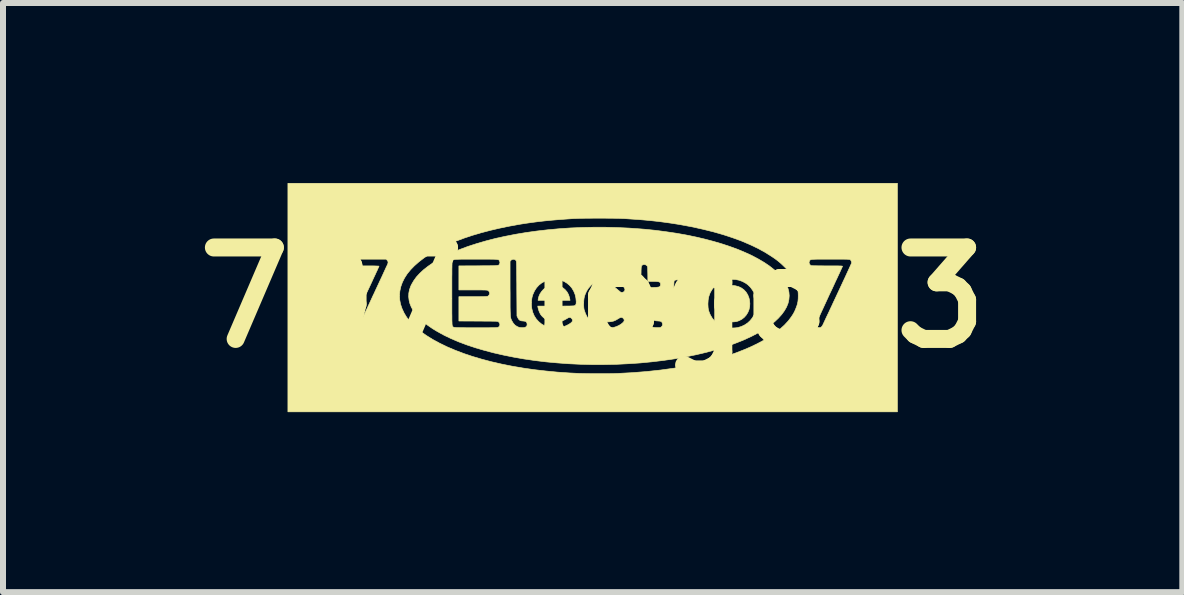
<source format=kicad_pcb>
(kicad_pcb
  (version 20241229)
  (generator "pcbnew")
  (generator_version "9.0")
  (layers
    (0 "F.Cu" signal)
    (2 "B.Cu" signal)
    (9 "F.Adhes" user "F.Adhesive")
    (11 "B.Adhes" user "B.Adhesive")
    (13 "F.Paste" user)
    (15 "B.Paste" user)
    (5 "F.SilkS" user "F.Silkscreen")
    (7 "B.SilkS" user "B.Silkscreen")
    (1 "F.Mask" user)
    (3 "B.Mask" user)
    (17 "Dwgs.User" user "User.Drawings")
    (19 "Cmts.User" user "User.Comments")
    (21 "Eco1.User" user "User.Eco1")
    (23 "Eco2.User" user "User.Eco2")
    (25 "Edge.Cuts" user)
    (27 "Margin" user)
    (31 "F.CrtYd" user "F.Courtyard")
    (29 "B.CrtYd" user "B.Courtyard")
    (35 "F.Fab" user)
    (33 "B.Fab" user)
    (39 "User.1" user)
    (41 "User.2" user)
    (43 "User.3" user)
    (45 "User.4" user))
  (footprint "707 logo 3"
    (layer "F.Cu")
    (at 6.829 1.91)
    (property "Reference" "707 logo 3" (at 0 0 0) (layer "F.SilkS") (effects (font (size 1.524 1.524) (thickness 0.3))))
    (attr through_hole)
    (fp_poly (pts (xy -0.583 -0.198) (xy -0.537 -0.184) (xy -0.495 -0.162) (xy -0.458 -0.131) (xy -0.427 -0.094) (xy -0.403 -0.051) (xy -0.387 -0.003) (xy -0.384 0.01) (xy -0.377 0.046) (xy -0.91 0.046) (xy -0.907 0.022) (xy -0.896 -0.021) (xy -0.877 -0.063) (xy -0.85 -0.103) (xy -0.819 -0.138) (xy -0.784 -0.165) (xy -0.782 -0.167) (xy -0.747 -0.183) (xy -0.707 -0.195) (xy -0.663 -0.201) (xy -0.62 -0.203) (xy -0.583 -0.198)) (stroke (width 0.01) (type solid)) (fill yes) (layer "F.SilkS"))
    (fp_poly (pts (xy 2.356 -0.2) (xy 2.381 -0.196) (xy 2.434 -0.182) (xy 2.481 -0.159) (xy 2.522 -0.129) (xy 2.557 -0.091) (xy 2.585 -0.046) (xy 2.605 0.004) (xy 2.614 0.041) (xy 2.62 0.097) (xy 2.617 0.151) (xy 2.606 0.202) (xy 2.586 0.25) (xy 2.559 0.293) (xy 2.525 0.331) (xy 2.485 0.362) (xy 2.439 0.386) (xy 2.401 0.399) (xy 2.373 0.403) (xy 2.34 0.406) (xy 2.305 0.405) (xy 2.272 0.403) (xy 2.25 0.398) (xy 2.199 0.38) (xy 2.153 0.353) (xy 2.113 0.318) (xy 2.08 0.277) (xy 2.054 0.23) (xy 2.041 0.193) (xy 2.034 0.162) (xy 2.031 0.125) (xy 2.031 0.086) (xy 2.034 0.049) (xy 2.039 0.021) (xy 2.058 -0.031) (xy 2.084 -0.078) (xy 2.117 -0.117) (xy 2.157 -0.15) (xy 2.201 -0.175) (xy 2.25 -0.192) (xy 2.302 -0.201) (xy 2.356 -0.2)) (stroke (width 0.01) (type solid)) (fill yes) (layer "F.SilkS"))
    (fp_poly (pts (xy 5.08 1.905) (xy -5.08 1.905) (xy -5.08 -0.595) (xy -4.117 -0.595) (xy -4.116 -0.573) (xy -4.112 -0.561) (xy -4.103 -0.547) (xy -4.092 -0.536) (xy -4.089 -0.535) (xy -4.084 -0.533) (xy -4.073 -0.532) (xy -4.057 -0.531) (xy -4.034 -0.53) (xy -4.004 -0.529) (xy -3.967 -0.529) (xy -3.921 -0.529) (xy -3.866 -0.528) (xy -3.819 -0.528) (xy -3.759 -0.528) (xy -3.707 -0.528) (xy -3.661 -0.528) (xy -3.624 -0.527) (xy -3.595 -0.526) (xy -3.574 -0.525) (xy -3.563 -0.524) (xy -3.561 -0.523) (xy -3.563 -0.518) (xy -3.569 -0.504) (xy -3.579 -0.483) (xy -3.591 -0.455) (xy -3.607 -0.422) (xy -3.624 -0.384) (xy -3.644 -0.342) (xy -3.665 -0.297) (xy -3.671 -0.283) (xy -3.715 -0.188) (xy -3.756 -0.101) (xy -3.792 -0.023) (xy -3.825 0.048) (xy -3.854 0.111) (xy -3.88 0.167) (xy -3.903 0.216) (xy -3.923 0.259) (xy -3.94 0.297) (xy -3.955 0.329) (xy -3.967 0.356) (xy -3.977 0.379) (xy -3.985 0.397) (xy -3.991 0.413) (xy -3.996 0.424) (xy -3.999 0.433) (xy -4.002 0.44) (xy -4.003 0.445) (xy -4.003 0.448) (xy -4.003 0.448) (xy -3.999 0.47) (xy -3.987 0.487) (xy -3.97 0.498) (xy -3.949 0.502) (xy -3.928 0.498) (xy -3.919 0.493) (xy -3.905 0.48) (xy -3.891 0.459) (xy -3.889 0.454) (xy -3.873 0.422) (xy -3.855 0.384) (xy -3.835 0.34) (xy -3.812 0.292) (xy -3.788 0.24) (xy -3.762 0.185) (xy -3.735 0.127) (xy -3.707 0.067) (xy -3.679 0.006) (xy -3.66 -0.035) (xy -3.22 -0.035) (xy -3.216 0.039) (xy -3.202 0.112) (xy -3.177 0.185) (xy -3.143 0.258) (xy -3.1 0.329) (xy -3.095 0.335) (xy -3.074 0.362) (xy -3.047 0.394) (xy -3.016 0.428) (xy -2.982 0.462) (xy -2.947 0.496) (xy -2.914 0.527) (xy -2.883 0.552) (xy -2.875 0.559) (xy -2.777 0.629) (xy -2.67 0.696) (xy -2.554 0.759) (xy -2.429 0.82) (xy -2.295 0.877) (xy -2.154 0.931) (xy -2.005 0.981) (xy -1.849 1.027) (xy -1.687 1.07) (xy -1.517 1.109) (xy -1.342 1.144) (xy -1.16 1.175) (xy -0.973 1.202) (xy -0.781 1.224) (xy -0.585 1.243) (xy -0.384 1.257) (xy -0.218 1.265) (xy -0.169 1.266) (xy -0.112 1.267) (xy -0.049 1.268) (xy 0.019 1.269) (xy 0.088 1.269) (xy 0.158 1.269) (xy 0.226 1.269) (xy 0.29 1.268) (xy 0.349 1.267) (xy 0.4 1.265) (xy 0.411 1.265) (xy 0.659 1.252) (xy 0.899 1.233) (xy 1.132 1.208) (xy 1.358 1.177) (xy 1.576 1.139) (xy 1.787 1.096) (xy 1.989 1.046) (xy 2.072 1.023) (xy 2.222 0.978) (xy 2.363 0.931) (xy 2.497 0.88) (xy 2.623 0.827) (xy 2.74 0.771) (xy 2.849 0.713) (xy 2.949 0.653) (xy 3.041 0.59) (xy 3.123 0.525) (xy 3.196 0.459) (xy 3.26 0.39) (xy 3.313 0.32) (xy 3.344 0.272) (xy 3.367 0.229) (xy 3.388 0.179) (xy 3.406 0.13) (xy 3.415 0.098) (xy 3.422 0.062) (xy 3.426 0.018) (xy 3.427 -0.028) (xy 3.426 -0.074) (xy 3.422 -0.117) (xy 3.415 -0.154) (xy 3.415 -0.154) (xy 3.393 -0.224) (xy 3.364 -0.291) (xy 3.326 -0.356) (xy 3.28 -0.421) (xy 3.224 -0.485) (xy 3.198 -0.511) (xy 3.16 -0.548) (xy 3.124 -0.581) (xy 3.121 -0.583) (xy 3.607 -0.583) (xy 3.611 -0.567) (xy 3.62 -0.551) (xy 3.633 -0.538) (xy 3.64 -0.533) (xy 3.648 -0.532) (xy 3.666 -0.531) (xy 3.692 -0.53) (xy 3.726 -0.53) (xy 3.768 -0.529) (xy 3.816 -0.529) (xy 3.871 -0.528) (xy 3.91 -0.528) (xy 3.968 -0.528) (xy 4.016 -0.528) (xy 4.056 -0.528) (xy 4.088 -0.528) (xy 4.113 -0.527) (xy 4.132 -0.527) (xy 4.146 -0.526) (xy 4.155 -0.525) (xy 4.161 -0.524) (xy 4.164 -0.522) (xy 4.164 -0.521) (xy 4.164 -0.519) (xy 4.162 -0.514) (xy 4.155 -0.499) (xy 4.145 -0.477) (xy 4.131 -0.447) (xy 4.115 -0.411) (xy 4.095 -0.369) (xy 4.073 -0.321) (xy 4.048 -0.269) (xy 4.022 -0.212) (xy 3.994 -0.151) (xy 3.964 -0.088) (xy 3.944 -0.046) (xy 3.905 0.039) (xy 3.87 0.115) (xy 3.839 0.182) (xy 3.812 0.24) (xy 3.789 0.291) (xy 3.769 0.334) (xy 3.754 0.369) (xy 3.742 0.398) (xy 3.733 0.419) (xy 3.727 0.433) (xy 3.725 0.441) (xy 3.725 0.442) (xy 3.725 0.459) (xy 3.729 0.472) (xy 3.734 0.479) (xy 3.752 0.496) (xy 3.773 0.502) (xy 3.796 0.499) (xy 3.805 0.495) (xy 3.818 0.484) (xy 3.832 0.464) (xy 3.835 0.458) (xy 3.84 0.448) (xy 3.849 0.429) (xy 3.861 0.403) (xy 3.876 0.371) (xy 3.894 0.332) (xy 3.915 0.288) (xy 3.938 0.24) (xy 3.962 0.188) (xy 3.988 0.133) (xy 4.014 0.076) (xy 4.042 0.017) (xy 4.07 -0.043) (xy 4.098 -0.103) (xy 4.126 -0.163) (xy 4.153 -0.221) (xy 4.179 -0.277) (xy 4.204 -0.33) (xy 4.227 -0.38) (xy 4.248 -0.426) (xy 4.267 -0.467) (xy 4.283 -0.502) (xy 4.296 -0.531) (xy 4.306 -0.553) (xy 4.313 -0.567) (xy 4.315 -0.573) (xy 4.316 -0.589) (xy 4.31 -0.608) (xy 4.3 -0.624) (xy 4.294 -0.63) (xy 4.291 -0.632) (xy 4.288 -0.634) (xy 4.283 -0.635) (xy 4.276 -0.636) (xy 4.266 -0.637) (xy 4.252 -0.638) (xy 4.234 -0.639) (xy 4.211 -0.639) (xy 4.182 -0.64) (xy 4.145 -0.64) (xy 4.102 -0.64) (xy 4.05 -0.64) (xy 3.988 -0.64) (xy 3.967 -0.64) (xy 3.9 -0.64) (xy 3.843 -0.64) (xy 3.794 -0.64) (xy 3.753 -0.64) (xy 3.72 -0.639) (xy 3.693 -0.638) (xy 3.671 -0.637) (xy 3.655 -0.635) (xy 3.642 -0.633) (xy 3.633 -0.63) (xy 3.627 -0.627) (xy 3.622 -0.623) (xy 3.619 -0.618) (xy 3.616 -0.613) (xy 3.615 -0.61) (xy 3.609 -0.596) (xy 3.607 -0.583) (xy 3.121 -0.583) (xy 3.087 -0.611) (xy 3.048 -0.641) (xy 3.003 -0.672) (xy 2.979 -0.688) (xy 2.869 -0.757) (xy 2.748 -0.823) (xy 2.619 -0.884) (xy 2.481 -0.943) (xy 2.333 -0.997) (xy 2.178 -1.048) (xy 2.014 -1.095) (xy 1.841 -1.138) (xy 1.661 -1.178) (xy 1.473 -1.213) (xy 1.421 -1.222) (xy 1.313 -1.239) (xy 1.207 -1.254) (xy 1.1 -1.268) (xy 0.991 -1.28) (xy 0.879 -1.291) (xy 0.762 -1.301) (xy 0.637 -1.309) (xy 0.521 -1.317) (xy 0.486 -1.318) (xy 0.443 -1.32) (xy 0.393 -1.321) (xy 0.336 -1.322) (xy 0.275 -1.322) (xy 0.21 -1.323) (xy 0.143 -1.323) (xy 0.075 -1.323) (xy 0.008 -1.323) (xy -0.058 -1.322) (xy -0.12 -1.322) (xy -0.177 -1.321) (xy -0.229 -1.32) (xy -0.273 -1.318) (xy -0.308 -1.317) (xy -0.312 -1.317) (xy -0.445 -1.308) (xy -0.568 -1.299) (xy -0.685 -1.289) (xy -0.797 -1.278) (xy -0.905 -1.266) (xy -1.012 -1.252) (xy -1.118 -1.237) (xy -1.213 -1.222) (xy -1.384 -1.191) (xy -1.549 -1.157) (xy -1.707 -1.12) (xy -1.859 -1.08) (xy -2.005 -1.037) (xy -2.143 -0.991) (xy -2.274 -0.942) (xy -2.398 -0.89) (xy -2.514 -0.836) (xy -2.622 -0.779) (xy -2.722 -0.721) (xy -2.813 -0.66) (xy -2.896 -0.596) (xy -2.97 -0.531) (xy -3.035 -0.464) (xy -3.091 -0.396) (xy -3.136 -0.326) (xy -3.172 -0.254) (xy -3.198 -0.181) (xy -3.214 -0.108) (xy -3.22 -0.035) (xy -3.66 -0.035) (xy -3.65 -0.055) (xy -3.622 -0.116) (xy -3.594 -0.176) (xy -3.567 -0.234) (xy -3.541 -0.29) (xy -3.516 -0.343) (xy -3.494 -0.391) (xy -3.474 -0.435) (xy -3.456 -0.474) (xy -3.441 -0.507) (xy -3.429 -0.532) (xy -3.42 -0.551) (xy -3.416 -0.561) (xy -3.415 -0.563) (xy -3.41 -0.586) (xy -3.414 -0.605) (xy -3.427 -0.624) (xy -3.429 -0.625) (xy -3.443 -0.64) (xy -3.76 -0.64) (xy -3.825 -0.64) (xy -3.88 -0.64) (xy -3.927 -0.64) (xy -3.965 -0.64) (xy -3.997 -0.639) (xy -4.023 -0.639) (xy -4.043 -0.638) (xy -4.058 -0.638) (xy -4.07 -0.637) (xy -4.078 -0.636) (xy -4.084 -0.634) (xy -4.089 -0.632) (xy -4.092 -0.63) (xy -4.093 -0.63) (xy -4.109 -0.615) (xy -4.117 -0.595) (xy -5.08 -0.595) (xy -5.08 -1.905) (xy 5.08 -1.905) (xy 5.08 1.905)) (stroke (width 0.01) (type solid)) (fill yes) (layer "F.SilkS"))
    (fp_poly (pts (xy 0.21 -1.172) (xy 0.407 -1.167) (xy 0.604 -1.158) (xy 0.802 -1.144) (xy 0.876 -1.138) (xy 1.053 -1.12) (xy 1.226 -1.097) (xy 1.395 -1.072) (xy 1.559 -1.043) (xy 1.718 -1.01) (xy 1.872 -0.974) (xy 2.019 -0.935) (xy 2.161 -0.893) (xy 2.296 -0.848) (xy 2.424 -0.801) (xy 2.545 -0.75) (xy 2.658 -0.698) (xy 2.763 -0.642) (xy 2.86 -0.585) (xy 2.947 -0.526) (xy 3.026 -0.464) (xy 3.091 -0.404) (xy 3.147 -0.342) (xy 3.193 -0.28) (xy 3.229 -0.218) (xy 3.255 -0.156) (xy 3.271 -0.093) (xy 3.276 -0.031) (xy 3.271 0.032) (xy 3.257 0.095) (xy 3.232 0.157) (xy 3.196 0.22) (xy 3.151 0.282) (xy 3.096 0.343) (xy 3.094 0.345) (xy 3.036 0.4) (xy 2.972 0.452) (xy 2.901 0.503) (xy 2.823 0.552) (xy 2.736 0.601) (xy 2.641 0.65) (xy 2.634 0.653) (xy 2.503 0.713) (xy 2.363 0.768) (xy 2.214 0.82) (xy 2.058 0.868) (xy 1.894 0.913) (xy 1.724 0.953) (xy 1.548 0.989) (xy 1.366 1.021) (xy 1.179 1.048) (xy 0.987 1.071) (xy 0.792 1.09) (xy 0.593 1.103) (xy 0.391 1.113) (xy 0.188 1.117) (xy -0.018 1.117) (xy -0.208 1.112) (xy -0.401 1.103) (xy -0.591 1.089) (xy -0.777 1.072) (xy -0.96 1.05) (xy -1.139 1.024) (xy -1.312 0.994) (xy -1.481 0.96) (xy -1.644 0.923) (xy -1.8 0.882) (xy -1.95 0.838) (xy -2.093 0.791) (xy -2.229 0.74) (xy -2.356 0.686) (xy -2.475 0.629) (xy -2.585 0.569) (xy -2.666 0.52) (xy -2.75 0.462) (xy -2.824 0.403) (xy -2.888 0.343) (xy -2.943 0.282) (xy -2.988 0.221) (xy -3.023 0.159) (xy -3.048 0.096) (xy -3.06 0.046) (xy -3.067 -0.014) (xy -3.065 -0.068) (xy -2.347 -0.068) (xy -2.347 0.017) (xy -2.347 0.092) (xy -2.347 0.158) (xy -2.347 0.216) (xy -2.347 0.266) (xy -2.346 0.309) (xy -2.346 0.345) (xy -2.346 0.376) (xy -2.345 0.4) (xy -2.344 0.42) (xy -2.344 0.436) (xy -2.343 0.448) (xy -2.342 0.457) (xy -2.341 0.463) (xy -2.34 0.468) (xy -2.339 0.471) (xy -2.336 0.477) (xy -2.333 0.482) (xy -2.33 0.486) (xy -2.326 0.49) (xy -2.319 0.493) (xy -2.31 0.496) (xy -2.297 0.498) (xy -2.281 0.499) (xy -2.259 0.501) (xy -2.232 0.501) (xy -2.199 0.502) (xy -2.159 0.502) (xy -2.111 0.503) (xy -2.055 0.503) (xy -1.989 0.503) (xy -1.946 0.503) (xy -1.877 0.503) (xy -1.817 0.503) (xy -1.766 0.503) (xy -1.723 0.503) (xy -1.688 0.502) (xy -1.658 0.502) (xy -1.635 0.502) (xy -1.617 0.501) (xy -1.603 0.5) (xy -1.592 0.499) (xy -1.584 0.498) (xy -1.579 0.497) (xy -1.575 0.495) (xy -1.571 0.493) (xy -1.571 0.493) (xy -1.555 0.478) (xy -1.547 0.459) (xy -1.548 0.439) (xy -1.556 0.42) (xy -1.571 0.404) (xy -1.574 0.402) (xy -1.578 0.4) (xy -1.583 0.399) (xy -1.59 0.397) (xy -1.599 0.396) (xy -1.612 0.395) (xy -1.63 0.395) (xy -1.652 0.394) (xy -1.68 0.394) (xy -1.715 0.393) (xy -1.758 0.393) (xy -1.808 0.393) (xy -1.868 0.392) (xy -1.908 0.392) (xy -2.23 0.391) (xy -2.23 -0.015) (xy -1.996 -0.015) (xy -1.94 -0.015) (xy -1.893 -0.015) (xy -1.855 -0.016) (xy -1.824 -0.016) (xy -1.8 -0.017) (xy -1.781 -0.018) (xy -1.767 -0.019) (xy -1.758 -0.02) (xy -1.751 -0.021) (xy -1.747 -0.023) (xy -1.732 -0.035) (xy -1.721 -0.053) (xy -1.717 -0.071) (xy -1.717 -0.071) (xy -1.721 -0.089) (xy -1.732 -0.107) (xy -1.747 -0.119) (xy -1.747 -0.119) (xy -1.752 -0.121) (xy -1.759 -0.123) (xy -1.77 -0.124) (xy -1.785 -0.125) (xy -1.804 -0.126) (xy -1.83 -0.126) (xy -1.862 -0.127) (xy -1.902 -0.127) (xy -1.951 -0.127) (xy -1.996 -0.127) (xy -2.23 -0.127) (xy -2.23 -0.528) (xy -1.906 -0.529) (xy -1.839 -0.53) (xy -1.782 -0.53) (xy -1.733 -0.53) (xy -1.692 -0.531) (xy -1.658 -0.531) (xy -1.631 -0.532) (xy -1.609 -0.534) (xy -1.592 -0.535) (xy -1.58 -0.537) (xy -1.571 -0.54) (xy -1.564 -0.543) (xy -1.56 -0.547) (xy -1.557 -0.552) (xy -1.554 -0.558) (xy -1.551 -0.564) (xy -1.546 -0.576) (xy -1.546 -0.587) (xy -1.55 -0.602) (xy -1.551 -0.604) (xy -1.377 -0.604) (xy -1.377 -0.156) (xy -1.376 -0.075) (xy -1.376 -0.004) (xy -1.376 0.059) (xy -1.376 0.113) (xy -1.376 0.16) (xy -1.375 0.2) (xy -1.374 0.235) (xy -1.373 0.263) (xy -1.372 0.287) (xy -1.371 0.307) (xy -1.369 0.323) (xy -1.366 0.337) (xy -1.364 0.348) (xy -1.36 0.358) (xy -1.357 0.368) (xy -1.352 0.377) (xy -1.347 0.387) (xy -1.347 0.388) (xy -1.323 0.428) (xy -1.294 0.46) (xy -1.259 0.483) (xy -1.228 0.496) (xy -1.205 0.5) (xy -1.179 0.502) (xy -1.154 0.502) (xy -1.132 0.498) (xy -1.126 0.496) (xy -1.112 0.488) (xy -1.101 0.477) (xy -1.1 0.477) (xy -1.093 0.459) (xy -1.093 0.437) (xy -1.099 0.417) (xy -1.104 0.409) (xy -1.111 0.402) (xy -1.118 0.397) (xy -1.129 0.395) (xy -1.146 0.392) (xy -1.159 0.391) (xy -1.188 0.388) (xy -1.21 0.381) (xy -1.226 0.37) (xy -1.239 0.353) (xy -1.248 0.336) (xy -1.262 0.307) (xy -1.263 0.122) (xy -1.02 0.122) (xy -1.018 0.157) (xy -1.014 0.186) (xy -1.014 0.186) (xy -0.998 0.248) (xy -0.973 0.306) (xy -0.94 0.357) (xy -0.899 0.402) (xy -0.852 0.441) (xy -0.798 0.472) (xy -0.777 0.481) (xy -0.744 0.493) (xy -0.712 0.5) (xy -0.677 0.505) (xy -0.637 0.506) (xy -0.61 0.506) (xy -0.579 0.505) (xy -0.555 0.503) (xy -0.536 0.501) (xy -0.517 0.496) (xy -0.498 0.49) (xy -0.459 0.476) (xy -0.424 0.46) (xy -0.393 0.443) (xy -0.367 0.426) (xy -0.348 0.409) (xy -0.338 0.394) (xy -0.335 0.384) (xy -0.34 0.363) (xy -0.351 0.347) (xy -0.367 0.335) (xy -0.386 0.331) (xy -0.395 0.332) (xy -0.407 0.337) (xy -0.423 0.346) (xy -0.434 0.353) (xy -0.482 0.379) (xy -0.532 0.397) (xy -0.585 0.406) (xy -0.62 0.407) (xy -0.671 0.404) (xy -0.715 0.395) (xy -0.756 0.378) (xy -0.764 0.374) (xy -0.794 0.355) (xy -0.824 0.33) (xy -0.851 0.303) (xy -0.869 0.279) (xy -0.882 0.254) (xy -0.895 0.224) (xy -0.905 0.192) (xy -0.912 0.164) (xy -0.915 0.142) (xy -0.621 0.142) (xy -0.552 0.142) (xy -0.49 0.142) (xy -0.437 0.141) (xy -0.392 0.141) (xy -0.357 0.14) (xy -0.331 0.139) (xy -0.314 0.138) (xy -0.309 0.137) (xy -0.292 0.13) (xy -0.29 0.128) (xy -0.15 0.128) (xy -0.148 0.164) (xy -0.144 0.195) (xy -0.141 0.206) (xy -0.119 0.269) (xy -0.09 0.326) (xy -0.053 0.376) (xy -0.01 0.419) (xy 0.039 0.454) (xy 0.093 0.481) (xy 0.153 0.5) (xy 0.155 0.5) (xy 0.186 0.505) (xy 0.224 0.507) (xy 0.264 0.507) (xy 0.303 0.505) (xy 0.338 0.5) (xy 0.349 0.498) (xy 0.395 0.484) (xy 0.439 0.464) (xy 0.477 0.44) (xy 0.508 0.414) (xy 0.51 0.412) (xy 0.523 0.393) (xy 0.526 0.374) (xy 0.518 0.355) (xy 0.509 0.345) (xy 0.493 0.334) (xy 0.477 0.33) (xy 0.459 0.334) (xy 0.438 0.345) (xy 0.425 0.353) (xy 0.386 0.376) (xy 0.349 0.392) (xy 0.309 0.401) (xy 0.269 0.405) (xy 0.228 0.406) (xy 0.192 0.402) (xy 0.16 0.395) (xy 0.128 0.383) (xy 0.114 0.376) (xy 0.071 0.35) (xy 0.034 0.315) (xy 0.003 0.274) (xy -0.02 0.228) (xy -0.033 0.185) (xy -0.039 0.148) (xy -0.041 0.107) (xy -0.039 0.064) (xy -0.034 0.025) (xy -0.031 0.009) (xy -0.013 -0.044) (xy 0.013 -0.089) (xy 0.045 -0.127) (xy 0.083 -0.158) (xy 0.128 -0.181) (xy 0.178 -0.196) (xy 0.199 -0.199) (xy 0.252 -0.201) (xy 0.301 -0.194) (xy 0.348 -0.177) (xy 0.393 -0.151) (xy 0.428 -0.122) (xy 0.447 -0.106) (xy 0.46 -0.095) (xy 0.47 -0.089) (xy 0.479 -0.087) (xy 0.488 -0.086) (xy 0.505 -0.089) (xy 0.519 -0.097) (xy 0.524 -0.101) (xy 0.535 -0.117) (xy 0.538 -0.134) (xy 0.533 -0.153) (xy 0.519 -0.175) (xy 0.496 -0.199) (xy 0.475 -0.217) (xy 0.66 -0.217) (xy 0.665 -0.198) (xy 0.674 -0.186) (xy 0.682 -0.179) (xy 0.69 -0.175) (xy 0.702 -0.173) (xy 0.721 -0.173) (xy 0.726 -0.173) (xy 0.748 -0.172) (xy 0.768 -0.171) (xy 0.783 -0.17) (xy 0.783 -0.17) (xy 0.802 -0.166) (xy 0.804 0.05) (xy 0.805 0.105) (xy 0.805 0.151) (xy 0.806 0.189) (xy 0.807 0.22) (xy 0.808 0.244) (xy 0.81 0.264) (xy 0.811 0.279) (xy 0.813 0.291) (xy 0.815 0.299) (xy 0.832 0.347) (xy 0.857 0.39) (xy 0.89 0.428) (xy 0.929 0.459) (xy 0.972 0.483) (xy 1.009 0.495) (xy 1.032 0.499) (xy 1.061 0.501) (xy 1.085 0.501) (xy 1.108 0.501) (xy 1.123 0.499) (xy 1.133 0.496) (xy 1.141 0.492) (xy 1.146 0.488) (xy 1.16 0.47) (xy 1.166 0.452) (xy 1.163 0.432) (xy 1.155 0.412) (xy 1.142 0.4) (xy 1.122 0.393) (xy 1.098 0.391) (xy 1.052 0.387) (xy 1.013 0.377) (xy 0.981 0.358) (xy 0.955 0.332) (xy 0.935 0.299) (xy 0.93 0.286) (xy 0.927 0.279) (xy 0.925 0.271) (xy 0.923 0.262) (xy 0.922 0.251) (xy 0.921 0.236) (xy 0.92 0.216) (xy 0.92 0.191) (xy 0.92 0.16) (xy 0.92 0.121) (xy 0.92 0.094) (xy 1.351 0.094) (xy 1.351 0.148) (xy 1.351 0.201) (xy 1.351 0.253) (xy 1.352 0.301) (xy 1.352 0.346) (xy 1.353 0.385) (xy 1.354 0.419) (xy 1.354 0.447) (xy 1.355 0.466) (xy 1.356 0.477) (xy 1.357 0.478) (xy 1.367 0.488) (xy 1.382 0.497) (xy 1.4 0.502) (xy 1.406 0.503) (xy 1.419 0.501) (xy 1.433 0.495) (xy 1.445 0.487) (xy 1.453 0.478) (xy 1.454 0.47) (xy 1.455 0.452) (xy 1.456 0.425) (xy 1.457 0.389) (xy 1.458 0.344) (xy 1.458 0.291) (xy 1.458 0.245) (xy 1.458 0.197) (xy 1.459 0.151) (xy 1.459 0.109) (xy 1.921 0.109) (xy 1.922 0.125) (xy 1.924 0.166) (xy 1.929 0.2) (xy 1.938 0.232) (xy 1.95 0.264) (xy 1.963 0.292) (xy 1.995 0.346) (xy 2.035 0.393) (xy 2.081 0.433) (xy 2.133 0.465) (xy 2.192 0.489) (xy 2.235 0.501) (xy 2.261 0.505) (xy 2.294 0.507) (xy 2.33 0.507) (xy 2.366 0.506) (xy 2.398 0.503) (xy 2.417 0.5) (xy 2.477 0.483) (xy 2.532 0.457) (xy 2.582 0.424) (xy 2.625 0.384) (xy 2.662 0.338) (xy 2.691 0.287) (xy 2.713 0.231) (xy 2.726 0.17) (xy 2.731 0.107) (xy 2.728 0.055) (xy 2.716 -0.008) (xy 2.695 -0.068) (xy 2.666 -0.122) (xy 2.629 -0.172) (xy 2.585 -0.215) (xy 2.551 -0.239) (xy 2.498 -0.268) (xy 2.441 -0.289) (xy 2.382 -0.301) (xy 2.322 -0.304) (xy 2.262 -0.299) (xy 2.204 -0.287) (xy 2.148 -0.266) (xy 2.096 -0.237) (xy 2.048 -0.201) (xy 2.028 -0.182) (xy 1.989 -0.133) (xy 1.958 -0.079) (xy 1.937 -0.021) (xy 1.925 0.041) (xy 1.921 0.109) (xy 1.459 0.109) (xy 1.459 0.108) (xy 1.46 0.069) (xy 1.461 0.035) (xy 1.462 0.009) (xy 1.463 -0.009) (xy 1.463 -0.015) (xy 1.472 -0.057) (xy 1.488 -0.092) (xy 1.513 -0.123) (xy 1.521 -0.131) (xy 1.548 -0.154) (xy 1.577 -0.172) (xy 1.608 -0.184) (xy 1.644 -0.193) (xy 1.686 -0.198) (xy 1.737 -0.199) (xy 1.741 -0.199) (xy 1.771 -0.199) (xy 1.793 -0.199) (xy 1.808 -0.2) (xy 1.817 -0.202) (xy 1.824 -0.204) (xy 1.828 -0.208) (xy 1.829 -0.208) (xy 1.84 -0.226) (xy 1.843 -0.246) (xy 1.841 -0.258) (xy 1.83 -0.275) (xy 1.81 -0.288) (xy 1.781 -0.298) (xy 1.745 -0.303) (xy 1.711 -0.305) (xy 1.655 -0.3) (xy 1.602 -0.286) (xy 1.554 -0.262) (xy 1.51 -0.23) (xy 1.498 -0.219) (xy 1.464 -0.185) (xy 1.461 -0.224) (xy 1.458 -0.254) (xy 1.451 -0.274) (xy 1.44 -0.287) (xy 1.425 -0.294) (xy 1.405 -0.295) (xy 1.381 -0.292) (xy 1.364 -0.282) (xy 1.357 -0.271) (xy 1.356 -0.263) (xy 1.355 -0.247) (xy 1.354 -0.222) (xy 1.353 -0.19) (xy 1.352 -0.152) (xy 1.352 -0.109) (xy 1.352 -0.062) (xy 1.351 -0.012) (xy 1.351 0.041) (xy 1.351 0.094) (xy 0.92 0.094) (xy 0.919 0.073) (xy 0.919 0.046) (xy 0.919 -0.168) (xy 0.979 -0.168) (xy 1.023 -0.169) (xy 1.057 -0.17) (xy 1.083 -0.173) (xy 1.102 -0.176) (xy 1.115 -0.181) (xy 1.123 -0.188) (xy 1.123 -0.188) (xy 1.131 -0.205) (xy 1.132 -0.226) (xy 1.128 -0.244) (xy 1.127 -0.245) (xy 1.121 -0.253) (xy 1.111 -0.259) (xy 1.097 -0.264) (xy 1.077 -0.267) (xy 1.049 -0.269) (xy 1.013 -0.269) (xy 1.004 -0.269) (xy 0.92 -0.269) (xy 0.919 -0.393) (xy 0.918 -0.432) (xy 0.917 -0.462) (xy 0.917 -0.485) (xy 0.916 -0.501) (xy 0.914 -0.512) (xy 0.912 -0.519) (xy 0.91 -0.525) (xy 0.907 -0.528) (xy 0.889 -0.543) (xy 0.867 -0.55) (xy 0.846 -0.55) (xy 0.828 -0.542) (xy 0.818 -0.532) (xy 0.812 -0.518) (xy 0.809 -0.497) (xy 0.808 -0.472) (xy 0.807 -0.451) (xy 0.807 -0.423) (xy 0.806 -0.392) (xy 0.805 -0.36) (xy 0.804 -0.349) (xy 0.801 -0.269) (xy 0.753 -0.269) (xy 0.719 -0.268) (xy 0.694 -0.263) (xy 0.676 -0.255) (xy 0.666 -0.243) (xy 0.661 -0.226) (xy 0.66 -0.217) (xy 0.475 -0.217) (xy 0.465 -0.226) (xy 0.421 -0.257) (xy 0.373 -0.279) (xy 0.321 -0.294) (xy 0.264 -0.301) (xy 0.234 -0.302) (xy 0.172 -0.298) (xy 0.116 -0.288) (xy 0.065 -0.269) (xy 0.019 -0.241) (xy -0.026 -0.205) (xy -0.03 -0.201) (xy -0.071 -0.155) (xy -0.103 -0.104) (xy -0.128 -0.046) (xy -0.138 -0.014) (xy -0.144 0.015) (xy -0.148 0.051) (xy -0.15 0.089) (xy -0.15 0.128) (xy -0.29 0.128) (xy -0.282 0.119) (xy -0.276 0.103) (xy -0.274 0.079) (xy -0.274 0.068) (xy -0.28 0.005) (xy -0.294 -0.054) (xy -0.317 -0.109) (xy -0.347 -0.159) (xy -0.384 -0.202) (xy -0.428 -0.239) (xy -0.477 -0.269) (xy -0.533 -0.29) (xy -0.544 -0.293) (xy -0.571 -0.298) (xy -0.605 -0.301) (xy -0.642 -0.302) (xy -0.679 -0.301) (xy -0.713 -0.298) (xy -0.737 -0.293) (xy -0.796 -0.272) (xy -0.849 -0.244) (xy -0.896 -0.207) (xy -0.936 -0.163) (xy -0.969 -0.112) (xy -0.996 -0.053) (xy -1.009 -0.01) (xy -1.014 0.016) (xy -1.018 0.049) (xy -1.02 0.085) (xy -1.02 0.122) (xy -1.263 0.122) (xy -1.265 -0.148) (xy -1.265 -0.226) (xy -1.266 -0.295) (xy -1.266 -0.355) (xy -1.267 -0.407) (xy -1.267 -0.451) (xy -1.268 -0.489) (xy -1.268 -0.52) (xy -1.269 -0.545) (xy -1.269 -0.565) (xy -1.27 -0.581) (xy -1.271 -0.593) (xy -1.272 -0.602) (xy -1.273 -0.608) (xy -1.275 -0.612) (xy -1.276 -0.615) (xy -1.277 -0.616) (xy -1.292 -0.631) (xy -1.311 -0.638) (xy -1.332 -0.638) (xy -1.352 -0.629) (xy -1.363 -0.62) (xy -1.377 -0.604) (xy -1.551 -0.604) (xy -1.552 -0.609) (xy -1.555 -0.615) (xy -1.558 -0.62) (xy -1.562 -0.625) (xy -1.568 -0.629) (xy -1.577 -0.632) (xy -1.589 -0.634) (xy -1.606 -0.636) (xy -1.627 -0.638) (xy -1.654 -0.639) (xy -1.687 -0.639) (xy -1.727 -0.64) (xy -1.774 -0.64) (xy -1.83 -0.64) (xy -1.895 -0.64) (xy -1.945 -0.64) (xy -2.016 -0.64) (xy -2.078 -0.64) (xy -2.131 -0.64) (xy -2.176 -0.64) (xy -2.213 -0.639) (xy -2.244 -0.638) (xy -2.269 -0.637) (xy -2.289 -0.636) (xy -2.304 -0.634) (xy -2.315 -0.632) (xy -2.324 -0.629) (xy -2.329 -0.625) (xy -2.333 -0.621) (xy -2.336 -0.616) (xy -2.338 -0.61) (xy -2.34 -0.607) (xy -2.341 -0.603) (xy -2.342 -0.597) (xy -2.343 -0.588) (xy -2.344 -0.575) (xy -2.344 -0.558) (xy -2.345 -0.537) (xy -2.345 -0.511) (xy -2.346 -0.479) (xy -2.346 -0.44) (xy -2.346 -0.395) (xy -2.347 -0.342) (xy -2.347 -0.282) (xy -2.347 -0.212) (xy -2.347 -0.134) (xy -2.347 -0.068) (xy -3.065 -0.068) (xy -3.065 -0.072) (xy -3.054 -0.13) (xy -3.033 -0.189) (xy -3.021 -0.215) (xy -2.984 -0.279) (xy -2.939 -0.342) (xy -2.884 -0.402) (xy -2.82 -0.462) (xy -2.746 -0.52) (xy -2.681 -0.565) (xy -2.577 -0.63) (xy -2.464 -0.691) (xy -2.342 -0.748) (xy -2.212 -0.803) (xy -2.074 -0.854) (xy -1.928 -0.901) (xy -1.776 -0.945) (xy -1.618 -0.986) (xy -1.453 -1.022) (xy -1.284 -1.055) (xy -1.109 -1.084) (xy -0.93 -1.109) (xy -0.747 -1.13) (xy -0.561 -1.147) (xy -0.371 -1.16) (xy -0.179 -1.168) (xy 0.015 -1.172) (xy 0.21 -1.172)) (stroke (width 0.01) (type solid)) (fill yes) (layer "F.SilkS")))
  (gr_rect
    (start -3 -3)
    (end 16.658 6.82)
    (stroke (width 0.1) (type default))
    (fill no)
    (layer "Edge.Cuts")))
</source>
